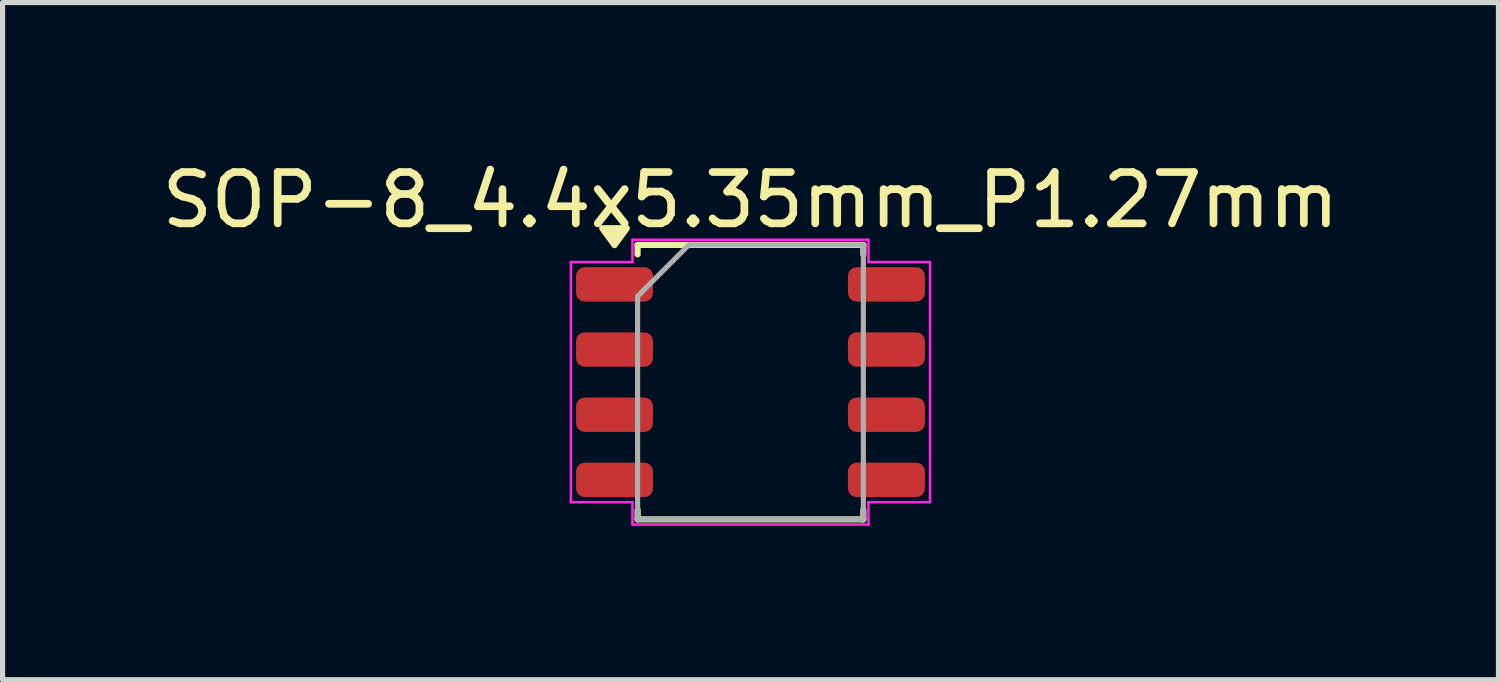
<source format=kicad_pcb>
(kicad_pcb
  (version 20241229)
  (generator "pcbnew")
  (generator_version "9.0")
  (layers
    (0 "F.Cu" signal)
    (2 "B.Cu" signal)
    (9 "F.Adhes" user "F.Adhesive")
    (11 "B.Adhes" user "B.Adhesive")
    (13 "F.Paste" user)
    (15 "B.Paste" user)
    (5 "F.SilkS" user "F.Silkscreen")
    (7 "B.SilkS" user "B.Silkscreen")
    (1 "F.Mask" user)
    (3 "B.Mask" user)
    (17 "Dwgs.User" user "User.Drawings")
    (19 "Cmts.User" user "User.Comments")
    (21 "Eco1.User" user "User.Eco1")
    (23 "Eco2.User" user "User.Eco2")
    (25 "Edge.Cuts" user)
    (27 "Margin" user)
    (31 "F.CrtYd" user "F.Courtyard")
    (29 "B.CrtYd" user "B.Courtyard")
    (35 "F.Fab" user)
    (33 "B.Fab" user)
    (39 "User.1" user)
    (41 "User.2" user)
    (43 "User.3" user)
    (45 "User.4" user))
  (footprint "SOP-8_4.4x5.35mm_P1.27mm"
    (layer "F.Cu")
    (at 11.577 4.398)
    (property "Reference" "SOP-8_4.4x5.35mm_P1.27mm" (at 0 -3.55 0) (layer "F.SilkS") (effects (font (size 1 1) (thickness 0.15))))
    (attr smd)
    (fp_line (start -2.2 -2.675) (end 2.2 -2.675) (stroke (width 0.12) (type default)) (layer "F.SilkS"))
    (fp_line (start -2.2 -2.49) (end -2.2 -2.675) (stroke (width 0.12) (type solid)) (layer "F.SilkS"))
    (fp_line (start -2.2 2.675) (end -2.2 2.49) (stroke (width 0.12) (type solid)) (layer "F.SilkS"))
    (fp_line (start -2.2 2.675) (end 2.2 2.675) (stroke (width 0.12) (type default)) (layer "F.SilkS"))
    (fp_line (start 2.2 -2.675) (end 2.2 -2.49) (stroke (width 0.12) (type solid)) (layer "F.SilkS"))
    (fp_line (start 2.2 2.49) (end 2.2 2.675) (stroke (width 0.12) (type solid)) (layer "F.SilkS"))
    (fp_poly (pts (xy -2.65 -2.67) (xy -2.89 -3) (xy -2.41 -3)) (stroke (width 0.12) (type solid)) (fill yes) (layer "F.SilkS"))
    (fp_line (start -3.5 -2.34) (end -3.5 2.34) (stroke (width 0.05) (type solid)) (layer "F.CrtYd"))
    (fp_line (start -3.5 -2.34) (end -2.3 -2.34) (stroke (width 0.05) (type solid)) (layer "F.CrtYd"))
    (fp_line (start -3.5 2.34) (end -2.3 2.34) (stroke (width 0.05) (type solid)) (layer "F.CrtYd"))
    (fp_line (start -2.3 -2.775) (end -2.3 -2.34) (stroke (width 0.05) (type solid)) (layer "F.CrtYd"))
    (fp_line (start -2.3 -2.775) (end 2.3 -2.775) (stroke (width 0.05) (type solid)) (layer "F.CrtYd"))
    (fp_line (start -2.3 2.34) (end -2.3 2.775) (stroke (width 0.05) (type solid)) (layer "F.CrtYd"))
    (fp_line (start -2.3 2.775) (end 2.3 2.775) (stroke (width 0.05) (type solid)) (layer "F.CrtYd"))
    (fp_line (start 2.3 -2.775) (end 2.3 -2.34) (stroke (width 0.05) (type solid)) (layer "F.CrtYd"))
    (fp_line (start 2.3 -2.34) (end 3.5 -2.34) (stroke (width 0.05) (type solid)) (layer "F.CrtYd"))
    (fp_line (start 2.3 2.34) (end 2.3 2.775) (stroke (width 0.05) (type solid)) (layer "F.CrtYd"))
    (fp_line (start 2.3 2.34) (end 3.5 2.34) (stroke (width 0.05) (type solid)) (layer "F.CrtYd"))
    (fp_line (start 3.5 -2.34) (end 3.5 2.34) (stroke (width 0.05) (type solid)) (layer "F.CrtYd"))
    (fp_line (start -2.2 -1.675) (end -2.2 2.675) (stroke (width 0.1) (type default)) (layer "F.Fab"))
    (fp_line (start -2.2 -1.675) (end -1.2 -2.675) (stroke (width 0.1) (type default)) (layer "F.Fab"))
    (fp_line (start -2.2 2.675) (end 2.2 2.675) (stroke (width 0.1) (type default)) (layer "F.Fab"))
    (fp_line (start -1.2 -2.675) (end 2.2 -2.675) (stroke (width 0.1) (type default)) (layer "F.Fab"))
    (fp_line (start 2.2 -2.675) (end 2.2 2.675) (stroke (width 0.1) (type default)) (layer "F.Fab"))
    (pad "1" smd roundrect (at -2.65 -1.905) (size 1.5 0.67) (layers "F.Cu" "F.Mask" "F.Paste") (roundrect_rratio 0.25))
    (pad "2" smd roundrect (at -2.65 -0.635) (size 1.5 0.67) (layers "F.Cu" "F.Mask" "F.Paste") (roundrect_rratio 0.25))
    (pad "3" smd roundrect (at -2.65 0.635) (size 1.5 0.67) (layers "F.Cu" "F.Mask" "F.Paste") (roundrect_rratio 0.25))
    (pad "4" smd roundrect (at -2.65 1.905) (size 1.5 0.67) (layers "F.Cu" "F.Mask" "F.Paste") (roundrect_rratio 0.25))
    (pad "5" smd roundrect (at 2.65 1.905) (size 1.5 0.67) (layers "F.Cu" "F.Mask" "F.Paste") (roundrect_rratio 0.25))
    (pad "6" smd roundrect (at 2.65 0.635) (size 1.5 0.67) (layers "F.Cu" "F.Mask" "F.Paste") (roundrect_rratio 0.25))
    (pad "7" smd roundrect (at 2.65 -0.635) (size 1.5 0.67) (layers "F.Cu" "F.Mask" "F.Paste") (roundrect_rratio 0.25))
    (pad "8" smd roundrect (at 2.65 -1.905) (size 1.5 0.67) (layers "F.Cu" "F.Mask" "F.Paste") (roundrect_rratio 0.25)))
  (gr_rect
    (start -3 -3)
    (end 26.155 10.198)
    (stroke (width 0.1) (type default))
    (fill no)
    (layer "Edge.Cuts")))
</source>
